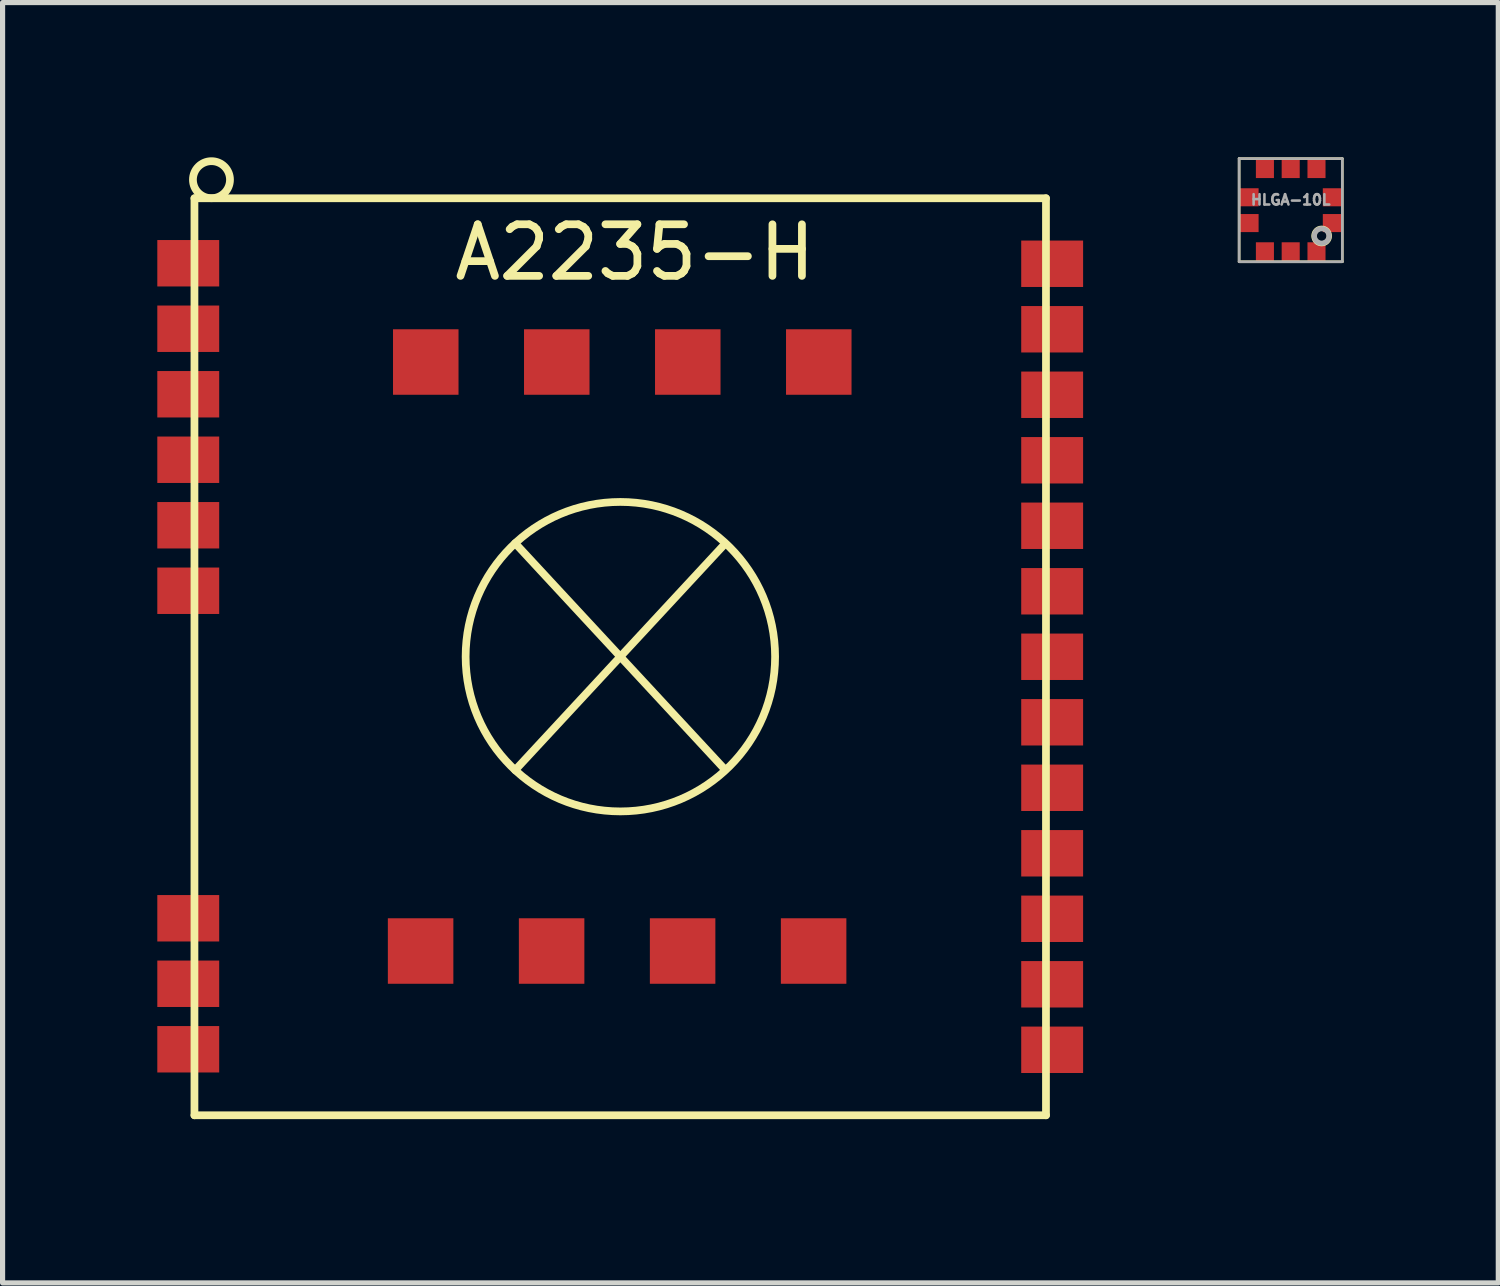
<source format=kicad_pcb>
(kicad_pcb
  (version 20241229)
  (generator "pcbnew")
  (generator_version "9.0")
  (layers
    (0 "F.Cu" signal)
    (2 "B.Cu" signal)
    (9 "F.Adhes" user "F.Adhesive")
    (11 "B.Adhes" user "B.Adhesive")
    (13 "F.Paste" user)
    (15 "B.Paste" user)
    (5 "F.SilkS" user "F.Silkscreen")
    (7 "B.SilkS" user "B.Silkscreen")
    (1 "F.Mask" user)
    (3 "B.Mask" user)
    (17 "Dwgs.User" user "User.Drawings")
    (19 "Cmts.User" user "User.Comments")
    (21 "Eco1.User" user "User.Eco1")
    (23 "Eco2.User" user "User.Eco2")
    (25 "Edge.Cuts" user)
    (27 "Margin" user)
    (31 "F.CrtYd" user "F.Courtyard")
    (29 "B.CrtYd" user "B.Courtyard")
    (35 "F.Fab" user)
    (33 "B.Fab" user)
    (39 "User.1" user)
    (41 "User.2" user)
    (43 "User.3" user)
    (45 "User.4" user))
  (footprint "A2235-H"
    (layer "F.Cu")
    (at 0.72 18.574)
    (property "Reference" "A2235-H" (at 8.54 -16.73 0) (layer "F.SilkS") (effects (font (size 1 1) (thickness 0.15))))
    (attr through_hole)
    (fp_line (start 0 -17.78) (end 16.51 -17.78) (stroke (width 0.15) (type solid)) (layer "F.SilkS"))
    (fp_line (start 0 0) (end 0 -17.78) (stroke (width 0.15) (type solid)) (layer "F.SilkS"))
    (fp_line (start 6.218 -11.092) (end 10.278 -6.712) (stroke (width 0.15) (type solid)) (layer "F.SilkS"))
    (fp_line (start 6.218 -6.692) (end 10.288 -11.082) (stroke (width 0.15) (type solid)) (layer "F.SilkS"))
    (fp_line (start 16.51 -17.78) (end 16.51 0) (stroke (width 0.15) (type solid)) (layer "F.SilkS"))
    (fp_line (start 16.51 0) (end 0 0) (stroke (width 0.15) (type solid)) (layer "F.SilkS"))
    (fp_circle (center 0.33 -18.14) (end 0.584 -18.394) (stroke (width 0.15) (type solid)) (fill no) (layer "F.SilkS"))
    (fp_circle (center 8.258 -8.892) (end 8.258 -11.892) (stroke (width 0.15) (type solid)) (fill no) (layer "F.SilkS"))
    (pad "1" smd rect (at -0.12 -16.52) (size 1.2 0.9) (layers "F.Cu" "F.Mask" "F.Paste"))
    (pad "2" smd rect (at -0.12 -15.25) (size 1.2 0.9) (layers "F.Cu" "F.Mask" "F.Paste"))
    (pad "3" smd rect (at -0.12 -13.98) (size 1.2 0.9) (layers "F.Cu" "F.Mask" "F.Paste"))
    (pad "4" smd rect (at -0.12 -12.71) (size 1.2 0.9) (layers "F.Cu" "F.Mask" "F.Paste"))
    (pad "5" smd rect (at -0.12 -11.44) (size 1.2 0.9) (layers "F.Cu" "F.Mask" "F.Paste"))
    (pad "6" smd rect (at -0.12 -10.17) (size 1.2 0.9) (layers "F.Cu" "F.Mask" "F.Paste"))
    (pad "7" smd rect (at -0.12 -3.82) (size 1.2 0.9) (layers "F.Cu" "F.Mask" "F.Paste"))
    (pad "8" smd rect (at -0.12 -2.55) (size 1.2 0.9) (layers "F.Cu" "F.Mask" "F.Paste"))
    (pad "9" smd rect (at -0.12 -1.28) (size 1.2 0.9) (layers "F.Cu" "F.Mask" "F.Paste"))
    (pad "10" smd rect (at 16.63 -1.27) (size 1.2 0.9) (layers "F.Cu" "F.Mask" "F.Paste"))
    (pad "11" smd rect (at 16.63 -2.54) (size 1.2 0.9) (layers "F.Cu" "F.Mask" "F.Paste"))
    (pad "12" smd rect (at 16.63 -3.81) (size 1.2 0.9) (layers "F.Cu" "F.Mask" "F.Paste"))
    (pad "13" smd rect (at 16.63 -5.08) (size 1.2 0.9) (layers "F.Cu" "F.Mask" "F.Paste"))
    (pad "14" smd rect (at 16.63 -6.35) (size 1.2 0.9) (layers "F.Cu" "F.Mask" "F.Paste"))
    (pad "15" smd rect (at 16.63 -7.62) (size 1.2 0.9) (layers "F.Cu" "F.Mask" "F.Paste"))
    (pad "16" smd rect (at 16.63 -8.89) (size 1.2 0.9) (layers "F.Cu" "F.Mask" "F.Paste"))
    (pad "17" smd rect (at 16.63 -10.16) (size 1.2 0.9) (layers "F.Cu" "F.Mask" "F.Paste"))
    (pad "18" smd rect (at 16.63 -11.43) (size 1.2 0.9) (layers "F.Cu" "F.Mask" "F.Paste"))
    (pad "19" smd rect (at 16.63 -12.7) (size 1.2 0.9) (layers "F.Cu" "F.Mask" "F.Paste"))
    (pad "20" smd rect (at 16.63 -13.97) (size 1.2 0.9) (layers "F.Cu" "F.Mask" "F.Paste"))
    (pad "21" smd rect (at 16.63 -15.24) (size 1.2 0.9) (layers "F.Cu" "F.Mask" "F.Paste"))
    (pad "22" smd rect (at 12.005 -3.185) (size 1.27 1.27) (layers "F.Cu" "F.Mask" "F.Paste"))
    (pad "22" smd rect (at 16.63 -16.51) (size 1.2 0.9) (layers "F.Cu" "F.Mask" "F.Paste"))
    (pad "23" smd rect (at 9.465 -3.185) (size 1.27 1.27) (layers "F.Cu" "F.Mask" "F.Paste"))
    (pad "25" smd rect (at 6.925 -3.185) (size 1.27 1.27) (layers "F.Cu" "F.Mask" "F.Paste"))
    (pad "26" smd rect (at 4.385 -3.185) (size 1.27 1.27) (layers "F.Cu" "F.Mask" "F.Paste"))
    (pad "27" smd rect (at 12.105 -14.605) (size 1.27 1.27) (layers "F.Cu" "F.Mask" "F.Paste"))
    (pad "28" smd rect (at 9.565 -14.605) (size 1.27 1.27) (layers "F.Cu" "F.Mask" "F.Paste"))
    (pad "29" smd rect (at 7.025 -14.605) (size 1.27 1.27) (layers "F.Cu" "F.Mask" "F.Paste"))
    (pad "30" smd rect (at 4.485 -14.605) (size 1.27 1.27) (layers "F.Cu" "F.Mask" "F.Paste")))
  (footprint "HLGA-10L"
    (layer "F.Cu")
    (at 21.975 1.025)
    (property "Reference" "HLGA-10L" (at 0 -0.2 0) (layer "F.Fab") (effects (font (size 0.2 0.2) (thickness 0.05))))
    (attr through_hole)
    (fp_line (start -1 -1) (end -1 1) (stroke (width 0.05) (type solid)) (layer "F.SilkS"))
    (fp_line (start -1 1) (end 1 1) (stroke (width 0.05) (type solid)) (layer "F.SilkS"))
    (fp_line (start 1 -1) (end -1 -1) (stroke (width 0.05) (type solid)) (layer "F.SilkS"))
    (fp_line (start 1 1) (end 1 -1) (stroke (width 0.05) (type solid)) (layer "F.SilkS"))
    (fp_circle (center 0.6 0.5) (end 0.75 0.5) (stroke (width 0.1) (type solid)) (fill no) (layer "F.SilkS"))
    (fp_line (start -1 -1) (end 1 -1) (stroke (width 0.05) (type solid)) (layer "F.Fab"))
    (fp_line (start -1 1) (end -1 -1) (stroke (width 0.05) (type solid)) (layer "F.Fab"))
    (fp_line (start 1 -1) (end 1 1) (stroke (width 0.05) (type solid)) (layer "F.Fab"))
    (fp_line (start 1 1) (end -1 1) (stroke (width 0.05) (type solid)) (layer "F.Fab"))
    (fp_circle (center 0.6 0.5) (end 0.7 0.6) (stroke (width 0.1) (type solid)) (fill no) (layer "F.Fab"))
    (pad "1" smd rect (at 0.81 0.25 90) (size 0.35 0.375) (layers "F.Cu" "F.Mask" "F.Paste"))
    (pad "2" smd rect (at 0.81 -0.25 90) (size 0.35 0.375) (layers "F.Cu" "F.Mask" "F.Paste"))
    (pad "3" smd rect (at 0.5 -0.81) (size 0.35 0.375) (layers "F.Cu" "F.Mask" "F.Paste"))
    (pad "4" smd rect (at 0 -0.81) (size 0.35 0.375) (layers "F.Cu" "F.Mask" "F.Paste"))
    (pad "5" smd rect (at -0.5 -0.81) (size 0.35 0.375) (layers "F.Cu" "F.Mask" "F.Paste"))
    (pad "6" smd rect (at -0.81 -0.25 90) (size 0.35 0.375) (layers "F.Cu" "F.Mask" "F.Paste"))
    (pad "7" smd rect (at -0.81 0.25 90) (size 0.35 0.375) (layers "F.Cu" "F.Mask" "F.Paste"))
    (pad "8" smd rect (at -0.5 0.81) (size 0.35 0.375) (layers "F.Cu" "F.Mask" "F.Paste"))
    (pad "9" smd rect (at 0 0.81) (size 0.35 0.375) (layers "F.Cu" "F.Mask" "F.Paste"))
    (pad "10" smd rect (at 0.5 0.81) (size 0.35 0.375) (layers "F.Cu" "F.Mask" "F.Paste")))
  (gr_rect
    (start -3 -3)
    (end 26 21.824)
    (stroke (width 0.1) (type default))
    (fill no)
    (layer "Edge.Cuts")))
</source>
